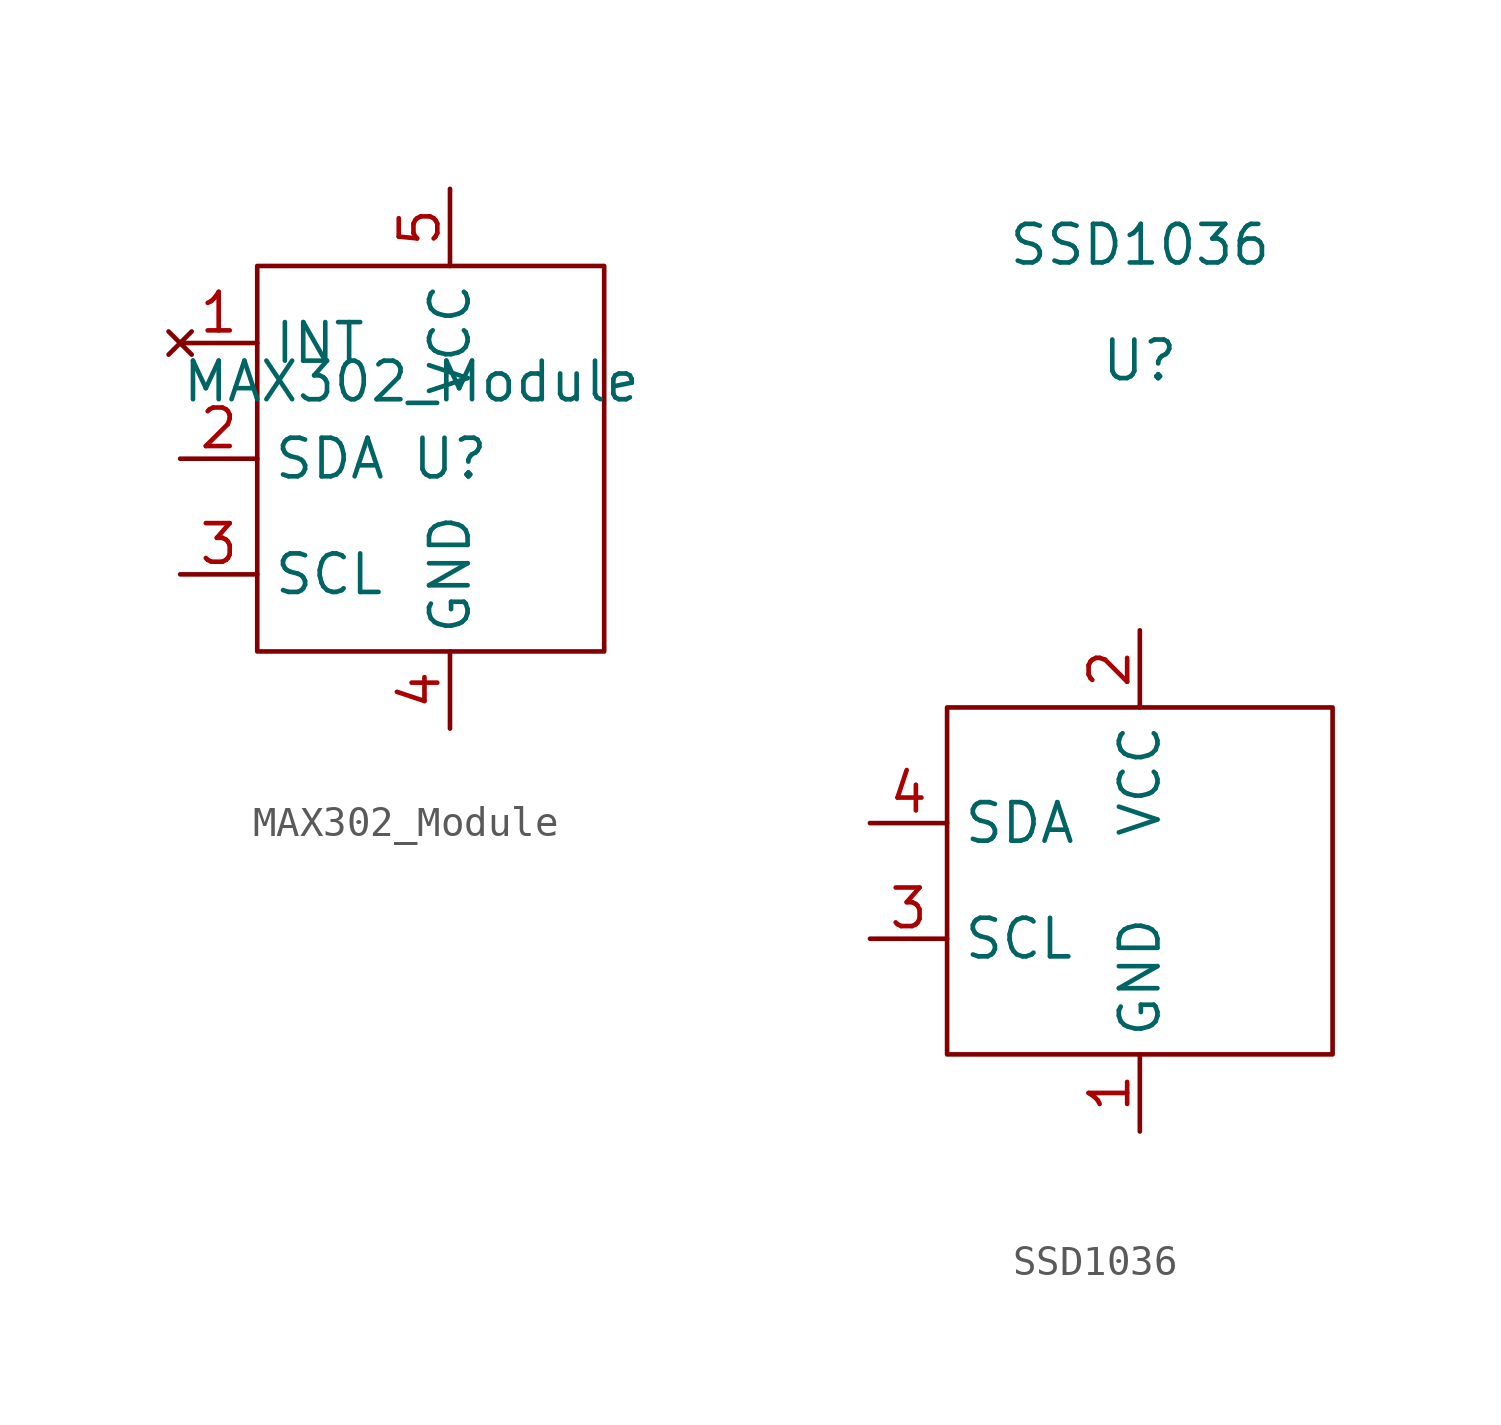
<source format=kicad_sym>
(kicad_symbol_lib
  (version 20211014)
  (generator kicad_symbol_editor)
  (symbol "MAX302_Module"
    (property "Reference" "U"
      (at -6.35 15.24 0)
      (effects (font (size 1.27 1.27))))
    (property "Value" "MAX302_Module"
      (at -7.62 17.78 0)
      (effects (font (size 1.27 1.27))))
    (symbol "MAX302_Module_0_1"
      (rectangle (start -12.7 21.59) (end -1.27 8.89) (stroke (width 0) (type default) (color 0 0 0 0)) (fill (type none))))
    (symbol "MAX302_Module_1_1"
      (pin no_connect line (at -15.24 19.05 0) (length 2.54) (name "INT" (effects (font (size 1.27 1.27)))) (number "1" (effects (font (size 1.27 1.27)))))
      (pin bidirectional line (at -15.24 15.24 0) (length 2.54) (name "SDA" (effects (font (size 1.27 1.27)))) (number "2" (effects (font (size 1.27 1.27)))))
      (pin input line (at -15.24 11.43 0) (length 2.54) (name "SCL" (effects (font (size 1.27 1.27)))) (number "3" (effects (font (size 1.27 1.27)))))
      (pin power_in line (at -6.35 6.35 90) (length 2.54) (name "GND" (effects (font (size 1.27 1.27)))) (number "4" (effects (font (size 1.27 1.27)))))
      (pin power_in line (at -6.35 24.13 270) (length 2.54) (name "VCC" (effects (font (size 1.27 1.27)))) (number "5" (effects (font (size 1.27 1.27)))))))
  (symbol "SSD1036"
    (property "Reference" "U"
      (at 0 0 0)
      (effects (font (size 1.27 1.27))))
    (property "Value" "SSD1036"
      (at 0 3.81 0)
      (effects (font (size 1.27 1.27))))
    (symbol "SSD1036_0_1"
      (rectangle (start -6.35 -11.43) (end 6.35 -22.86) (stroke (width 0) (type default) (color 0 0 0 0)) (fill (type none))))
    (symbol "SSD1036_1_1"
      (pin power_in line (at 0 -25.4 90) (length 2.54) (name "GND" (effects (font (size 1.27 1.27)))) (number "1" (effects (font (size 1.27 1.27)))))
      (pin power_in line (at 0 -8.89 270) (length 2.54) (name "VCC" (effects (font (size 1.27 1.27)))) (number "2" (effects (font (size 1.27 1.27)))))
      (pin input line (at -8.89 -19.05 0) (length 2.54) (name "SCL" (effects (font (size 1.27 1.27)))) (number "3" (effects (font (size 1.27 1.27)))))
      (pin bidirectional line (at -8.89 -15.24 0) (length 2.54) (name "SDA" (effects (font (size 1.27 1.27)))) (number "4" (effects (font (size 1.27 1.27))))))))
</source>
